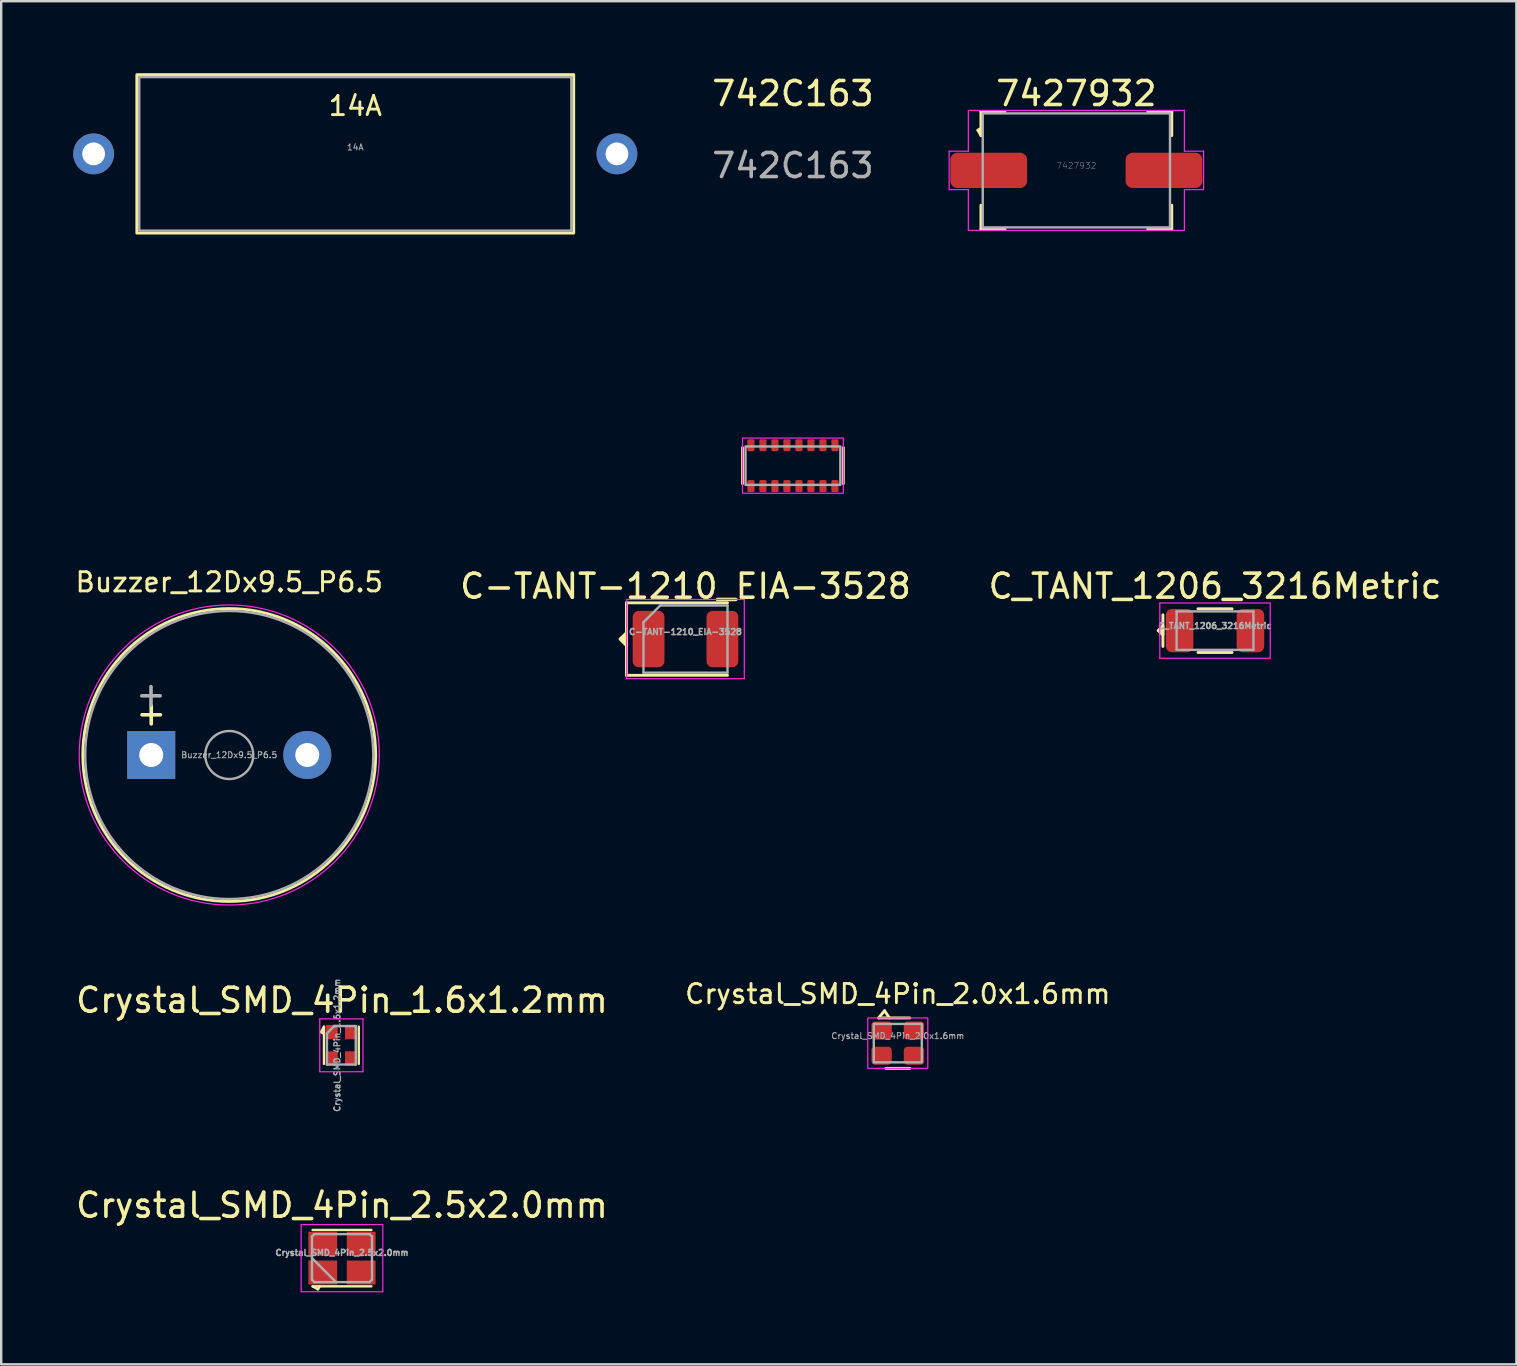
<source format=kicad_pcb>
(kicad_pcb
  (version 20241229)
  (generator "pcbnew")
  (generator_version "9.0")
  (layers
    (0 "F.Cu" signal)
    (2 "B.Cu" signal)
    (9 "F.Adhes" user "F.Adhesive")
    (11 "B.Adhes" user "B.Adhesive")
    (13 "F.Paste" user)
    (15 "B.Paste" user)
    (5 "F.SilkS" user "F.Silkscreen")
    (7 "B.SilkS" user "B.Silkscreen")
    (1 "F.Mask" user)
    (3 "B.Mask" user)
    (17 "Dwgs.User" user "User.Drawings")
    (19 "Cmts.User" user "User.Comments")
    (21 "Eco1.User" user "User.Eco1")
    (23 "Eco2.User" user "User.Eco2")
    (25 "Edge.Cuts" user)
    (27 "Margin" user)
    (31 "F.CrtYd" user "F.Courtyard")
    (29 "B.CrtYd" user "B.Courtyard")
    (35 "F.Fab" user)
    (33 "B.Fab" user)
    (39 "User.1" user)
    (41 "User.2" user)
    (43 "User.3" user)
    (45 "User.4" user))
  (footprint "Crystal_SMD_4Pin_2.5x2.0mm"
    (layer "F.Cu")
    (at 11.196 49.361)
    (property "Reference" "Crystal_SMD_4Pin_2.5x2.0mm" (at 0 -2.2 0) (layer "F.SilkS") (effects (font (size 1 1) (thickness 0.15))))
    (attr smd)
    (fp_line (start -1.225 -1.175) (end 1.225 -1.175) (stroke (width 0.1) (type solid)) (layer "F.SilkS"))
    (fp_line (start -1.225 1.175) (end -1 1.3) (stroke (width 0.1) (type solid)) (layer "F.SilkS"))
    (fp_line (start -1.225 1.175) (end 1.225 1.175) (stroke (width 0.1) (type solid)) (layer "F.SilkS"))
    (fp_line (start -1 1.3) (end -0.925 1.175) (stroke (width 0.1) (type solid)) (layer "F.SilkS"))
    (fp_line (start -1.7 -1.4) (end -1.7 1.4) (stroke (width 0.05) (type solid)) (layer "F.CrtYd"))
    (fp_line (start -1.7 1.4) (end 1.7 1.4) (stroke (width 0.05) (type solid)) (layer "F.CrtYd"))
    (fp_line (start 1.7 -1.4) (end -1.7 -1.4) (stroke (width 0.05) (type solid)) (layer "F.CrtYd"))
    (fp_line (start 1.7 1.4) (end 1.7 -1.4) (stroke (width 0.05) (type solid)) (layer "F.CrtYd"))
    (fp_line (start -1.25 -0.9) (end -1.15 -1) (stroke (width 0.1) (type solid)) (layer "F.Fab"))
    (fp_line (start -1.25 0) (end -0.25 1) (stroke (width 0.1) (type solid)) (layer "F.Fab"))
    (fp_line (start -1.25 0.9) (end -1.25 -0.9) (stroke (width 0.1) (type solid)) (layer "F.Fab"))
    (fp_line (start -1.15 -1) (end 1.15 -1) (stroke (width 0.1) (type solid)) (layer "F.Fab"))
    (fp_line (start -1.15 1) (end -1.25 0.9) (stroke (width 0.1) (type solid)) (layer "F.Fab"))
    (fp_line (start 1.15 -1) (end 1.25 -0.9) (stroke (width 0.1) (type solid)) (layer "F.Fab"))
    (fp_line (start 1.15 1) (end -1.15 1) (stroke (width 0.1) (type solid)) (layer "F.Fab"))
    (fp_line (start 1.25 -0.9) (end 1.25 0.9) (stroke (width 0.1) (type solid)) (layer "F.Fab"))
    (fp_line (start 1.25 0.9) (end 1.15 1) (stroke (width 0.1) (type solid)) (layer "F.Fab"))
    (fp_text user "${REFERENCE}" (at 0 -0.225 0) (layer "F.Fab") (effects (font (size 0.25 0.25) (thickness 0.062))))
    (pad "1" smd rect (at -0.8 0.6) (size 1.2 1) (layers "F.Cu" "F.Mask" "F.Paste"))
    (pad "2" smd rect (at 0.8 0.6) (size 1.2 1) (layers "F.Cu" "F.Mask" "F.Paste"))
    (pad "3" smd rect (at 0.8 -0.6) (size 1.2 1) (layers "F.Cu" "F.Mask" "F.Paste"))
    (pad "4" smd rect (at -0.8 -0.6) (size 1.2 1) (layers "F.Cu" "F.Mask" "F.Paste")))
  (footprint "C-TANT-1210_EIA-3528"
    (layer "F.Cu")
    (at 25.506 23.572)
    (property "Reference" "C-TANT-1210_EIA-3528" (at 0 -2.2 0) (layer "F.SilkS") (effects (font (size 1 1) (thickness 0.15))))
    (attr smd)
    (fp_line (start -2.46 -1.51) (end -2.46 1.51) (stroke (width 0.12) (type solid)) (layer "F.SilkS"))
    (fp_line (start -2.46 1.51) (end 1.75 1.51) (stroke (width 0.12) (type solid)) (layer "F.SilkS"))
    (fp_line (start 1.75 -1.51) (end -2.46 -1.51) (stroke (width 0.12) (type solid)) (layer "F.SilkS"))
    (fp_poly (pts (xy -2.46 0.27) (xy -2.73 0) (xy -2.46 -0.26)) (stroke (width 0.12) (type solid)) (fill yes) (layer "F.SilkS"))
    (fp_line (start -2.45 -1.65) (end 2.45 -1.65) (stroke (width 0.05) (type solid)) (layer "F.CrtYd"))
    (fp_line (start -2.45 1.65) (end -2.45 -1.65) (stroke (width 0.05) (type solid)) (layer "F.CrtYd"))
    (fp_line (start 2.45 -1.65) (end 2.45 1.65) (stroke (width 0.05) (type solid)) (layer "F.CrtYd"))
    (fp_line (start 2.45 1.65) (end -2.45 1.65) (stroke (width 0.05) (type solid)) (layer "F.CrtYd"))
    (fp_line (start -1.75 -0.7) (end -1.75 1.4) (stroke (width 0.1) (type solid)) (layer "F.Fab"))
    (fp_line (start -1.75 1.4) (end 1.75 1.4) (stroke (width 0.1) (type solid)) (layer "F.Fab"))
    (fp_line (start -1.05 -1.4) (end -1.75 -0.7) (stroke (width 0.1) (type solid)) (layer "F.Fab"))
    (fp_line (start 1.75 -1.4) (end -1.05 -1.4) (stroke (width 0.1) (type solid)) (layer "F.Fab"))
    (fp_line (start 1.75 1.4) (end 1.75 -1.4) (stroke (width 0.1) (type solid)) (layer "F.Fab"))
    (fp_text user "${REFERENCE}" (at 0 -0.3 0) (layer "F.Fab") (effects (font (size 0.25 0.25) (thickness 0.062))))
    (pad "1" smd roundrect (at -1.538 0) (size 1.325 2.35) (layers "F.Cu" "F.Mask" "F.Paste") (roundrect_rratio 0.189))
    (pad "2" smd roundrect (at 1.538 0) (size 1.325 2.35) (layers "F.Cu" "F.Mask" "F.Paste") (roundrect_rratio 0.189)))
  (footprint "742C163"
    (layer "F.Cu")
    (at 29.982 16.348)
    (property "Reference" "742C163" (at 0 -15.5 0) (unlocked yes) (layer "F.SilkS") (effects (font (size 1 1) (thickness 0.15))))
    (attr smd)
    (fp_line (start -2.1 -0.75) (end -2.1 0.75) (stroke (width 0.12) (type default)) (layer "F.SilkS"))
    (fp_line (start 2.1 -0.75) (end 2.1 0.75) (stroke (width 0.12) (type default)) (layer "F.SilkS"))
    (fp_rect (start -2.1 -1.15) (end 2.1 1.15) (stroke (width 0.05) (type default)) (fill no) (layer "F.CrtYd"))
    (fp_rect (start -1.975 -0.8) (end 1.975 0.8) (stroke (width 0.1) (type default)) (fill no) (layer "F.Fab"))
    (fp_text user "${REFERENCE}" (at 0 -12.5 0) (unlocked yes) (layer "F.Fab") (effects (font (size 1 1) (thickness 0.15))))
    (pad "1" smd roundrect (at -1.75 0.85) (size 0.3 0.5) (layers "F.Cu" "F.Mask" "F.Paste") (roundrect_rratio 0.2))
    (pad "2" smd roundrect (at -1.25 0.85) (size 0.3 0.5) (layers "F.Cu" "F.Mask" "F.Paste") (roundrect_rratio 0.2))
    (pad "3" smd roundrect (at -0.75 0.85) (size 0.3 0.5) (layers "F.Cu" "F.Mask" "F.Paste") (roundrect_rratio 0.2))
    (pad "4" smd roundrect (at -0.25 0.85) (size 0.3 0.5) (layers "F.Cu" "F.Mask" "F.Paste") (roundrect_rratio 0.2))
    (pad "5" smd roundrect (at 0.25 0.85) (size 0.3 0.5) (layers "F.Cu" "F.Mask" "F.Paste") (roundrect_rratio 0.2))
    (pad "6" smd roundrect (at 0.75 0.85) (size 0.3 0.5) (layers "F.Cu" "F.Mask" "F.Paste") (roundrect_rratio 0.2))
    (pad "7" smd roundrect (at 1.25 0.85) (size 0.3 0.5) (layers "F.Cu" "F.Mask" "F.Paste") (roundrect_rratio 0.2))
    (pad "8" smd roundrect (at 1.75 0.85) (size 0.3 0.5) (layers "F.Cu" "F.Mask" "F.Paste") (roundrect_rratio 0.2))
    (pad "9" smd roundrect (at 1.75 -0.85) (size 0.3 0.5) (layers "F.Cu" "F.Mask" "F.Paste") (roundrect_rratio 0.2))
    (pad "10" smd roundrect (at 1.25 -0.85) (size 0.3 0.5) (layers "F.Cu" "F.Mask" "F.Paste") (roundrect_rratio 0.2))
    (pad "11" smd roundrect (at 0.75 -0.85) (size 0.3 0.5) (layers "F.Cu" "F.Mask" "F.Paste") (roundrect_rratio 0.2))
    (pad "12" smd roundrect (at 0.25 -0.85) (size 0.3 0.5) (layers "F.Cu" "F.Mask" "F.Paste") (roundrect_rratio 0.2))
    (pad "13" smd roundrect (at -0.25 -0.85) (size 0.3 0.5) (layers "F.Cu" "F.Mask" "F.Paste") (roundrect_rratio 0.2))
    (pad "14" smd roundrect (at -0.75 -0.85) (size 0.3 0.5) (layers "F.Cu" "F.Mask" "F.Paste") (roundrect_rratio 0.2))
    (pad "15" smd roundrect (at -1.25 -0.85) (size 0.3 0.5) (layers "F.Cu" "F.Mask" "F.Paste") (roundrect_rratio 0.2))
    (pad "16" smd roundrect (at -1.75 -0.85) (size 0.3 0.5) (layers "F.Cu" "F.Mask" "F.Paste") (roundrect_rratio 0.2)))
  (footprint "7427932"
    (layer "F.Cu")
    (at 41.789 4.048)
    (property "Reference" "7427932" (at 0 -3.2 0) (unlocked yes) (layer "F.SilkS") (effects (font (size 1 1) (thickness 0.15))))
    (attr smd)
    (fp_line (start -4.1 -1.675) (end -3.975 -1.75) (stroke (width 0.12) (type solid)) (layer "F.SilkS"))
    (fp_line (start -3.975 -2.45) (end -2.975 -2.45) (stroke (width 0.12) (type solid)) (layer "F.SilkS"))
    (fp_line (start -3.975 -1.45) (end -4.1 -1.675) (stroke (width 0.12) (type solid)) (layer "F.SilkS"))
    (fp_line (start -3.975 -1.45) (end -3.975 -2.45) (stroke (width 0.12) (type solid)) (layer "F.SilkS"))
    (fp_line (start -3.975 2.45) (end -3.975 1.45) (stroke (width 0.12) (type solid)) (layer "F.SilkS"))
    (fp_line (start -2.975 2.45) (end -3.975 2.45) (stroke (width 0.12) (type solid)) (layer "F.SilkS"))
    (fp_line (start 2.975 -2.45) (end 3.975 -2.45) (stroke (width 0.12) (type solid)) (layer "F.SilkS"))
    (fp_line (start 3.975 -2.45) (end 3.975 -1.45) (stroke (width 0.12) (type solid)) (layer "F.SilkS"))
    (fp_line (start 3.975 1.45) (end 3.975 2.45) (stroke (width 0.12) (type solid)) (layer "F.SilkS"))
    (fp_line (start 3.975 2.45) (end 2.975 2.45) (stroke (width 0.12) (type solid)) (layer "F.SilkS"))
    (fp_line (start -5.3 -0.8) (end -4.5 -0.8) (stroke (width 0.05) (type solid)) (layer "F.CrtYd"))
    (fp_line (start -5.3 0.8) (end -5.3 -0.8) (stroke (width 0.05) (type solid)) (layer "F.CrtYd"))
    (fp_line (start -4.5 -2.5) (end 4.5 -2.5) (stroke (width 0.05) (type solid)) (layer "F.CrtYd"))
    (fp_line (start -4.5 -0.8) (end -4.5 -2.5) (stroke (width 0.05) (type solid)) (layer "F.CrtYd"))
    (fp_line (start -4.5 0.8) (end -5.3 0.8) (stroke (width 0.05) (type solid)) (layer "F.CrtYd"))
    (fp_line (start -4.5 2.5) (end -4.5 0.8) (stroke (width 0.05) (type solid)) (layer "F.CrtYd"))
    (fp_line (start 4.5 -2.5) (end 4.5 -0.8) (stroke (width 0.05) (type solid)) (layer "F.CrtYd"))
    (fp_line (start 4.5 -0.8) (end 5.3 -0.8) (stroke (width 0.05) (type solid)) (layer "F.CrtYd"))
    (fp_line (start 4.5 0.8) (end 4.5 2.5) (stroke (width 0.05) (type solid)) (layer "F.CrtYd"))
    (fp_line (start 4.5 2.5) (end -4.5 2.5) (stroke (width 0.05) (type solid)) (layer "F.CrtYd"))
    (fp_line (start 5.3 -0.8) (end 5.3 0.8) (stroke (width 0.05) (type solid)) (layer "F.CrtYd"))
    (fp_line (start 5.3 0.8) (end 4.5 0.8) (stroke (width 0.05) (type solid)) (layer "F.CrtYd"))
    (fp_rect (start -3.9 -2.375) (end 3.9 2.375) (stroke (width 0.1) (type solid)) (fill no) (layer "F.Fab"))
    (fp_text user "${REFERENCE}" (at 0 -0.2 0) (unlocked yes) (layer "F.Fab") (effects (font (size 0.25 0.25) (thickness 0.015))))
    (pad "1" smd roundrect (at -3.65 0) (size 3.2 1.47) (layers "F.Cu" "F.Mask" "F.Paste") (roundrect_rratio 0.2))
    (pad "2" smd roundrect (at 3.65 0) (size 3.2 1.47) (layers "F.Cu" "F.Mask" "F.Paste") (roundrect_rratio 0.2)))
  (footprint "14A"
    (layer "F.Cu")
    (at 11.75 3.36)
    (property "Reference" "14A" (at 0 -2 0) (unlocked yes) (layer "F.SilkS") (effects (font (size 0.8 0.8) (thickness 0.12))))
    (attr through_hole)
    (fp_rect (start -9.1 -3.3) (end 9.1 3.3) (stroke (width 0.12) (type default)) (fill no) (layer "F.SilkS"))
    (fp_rect (start -9 -3.2) (end 9 3.2) (stroke (width 0.1) (type default)) (fill no) (layer "F.Fab"))
    (fp_text user "${REFERENCE}" (at 0 -0.275 0) (unlocked yes) (layer "F.Fab") (effects (font (size 0.25 0.25) (thickness 0.04))))
    (pad "1" thru_hole circle (at -10.9 0) (size 1.7 1.7) (drill 0.95) (layers "*.Cu" "*.Mask"))
    (pad "2" thru_hole circle (at 10.9 0) (size 1.7 1.7) (drill 0.95) (layers "*.Cu" "*.Mask")))
  (footprint "C_TANT_1206_3216Metric"
    (layer "F.Cu")
    (at 47.565 23.221)
    (property "Reference" "C_TANT_1206_3216Metric" (at 0 -1.85 0) (layer "F.SilkS") (effects (font (size 1 1) (thickness 0.15))))
    (attr smd)
    (fp_line (start -2.17 0.66) (end -2.17 -0.66) (stroke (width 0.12) (type solid)) (layer "F.SilkS"))
    (fp_line (start -0.711 -0.91) (end 0.711 -0.91) (stroke (width 0.12) (type solid)) (layer "F.SilkS"))
    (fp_line (start -0.711 0.91) (end 0.711 0.91) (stroke (width 0.12) (type solid)) (layer "F.SilkS"))
    (fp_poly (pts (xy -2.17 0.175) (xy -2.37 0) (xy -2.17 -0.2)) (stroke (width 0.12) (type solid)) (fill yes) (layer "F.SilkS"))
    (fp_line (start -2.3 -1.15) (end 2.3 -1.15) (stroke (width 0.05) (type solid)) (layer "F.CrtYd"))
    (fp_line (start -2.3 1.15) (end -2.3 -1.15) (stroke (width 0.05) (type solid)) (layer "F.CrtYd"))
    (fp_line (start 2.3 -1.15) (end 2.3 1.15) (stroke (width 0.05) (type solid)) (layer "F.CrtYd"))
    (fp_line (start 2.3 1.15) (end -2.3 1.15) (stroke (width 0.05) (type solid)) (layer "F.CrtYd"))
    (fp_line (start -1.6 -0.8) (end 1.6 -0.8) (stroke (width 0.1) (type solid)) (layer "F.Fab"))
    (fp_line (start -1.6 0.8) (end -1.6 -0.8) (stroke (width 0.1) (type solid)) (layer "F.Fab"))
    (fp_line (start 1.6 -0.8) (end 1.6 0.8) (stroke (width 0.1) (type solid)) (layer "F.Fab"))
    (fp_line (start 1.6 0.8) (end -1.6 0.8) (stroke (width 0.1) (type solid)) (layer "F.Fab"))
    (fp_text user "${REFERENCE}" (at 0 -0.2 0) (layer "F.Fab") (effects (font (size 0.25 0.25) (thickness 0.062))))
    (pad "1" smd roundrect (at -1.475 0) (size 1.15 1.8) (layers "F.Cu" "F.Mask" "F.Paste") (roundrect_rratio 0.217))
    (pad "2" smd roundrect (at 1.475 0) (size 1.15 1.8) (layers "F.Cu" "F.Mask" "F.Paste") (roundrect_rratio 0.217)))
  (footprint "Crystal_SMD_4Pin_1.6x1.2mm"
    (layer "F.Cu")
    (at 11.171 40.495)
    (property "Reference" "Crystal_SMD_4Pin_1.6x1.2mm" (at 0.025 -1.875 0) (layer "F.SilkS") (effects (font (size 1 1) (thickness 0.15))))
    (attr smd)
    (fp_line (start -0.85 -0.55) (end -0.725 -0.475) (stroke (width 0.1) (type solid)) (layer "F.SilkS"))
    (fp_line (start -0.725 -0.775) (end -0.85 -0.55) (stroke (width 0.1) (type solid)) (layer "F.SilkS"))
    (fp_line (start -0.725 -0.775) (end -0.725 0.775) (stroke (width 0.1) (type solid)) (layer "F.SilkS"))
    (fp_line (start 0.725 -0.775) (end 0.725 0.775) (stroke (width 0.1) (type solid)) (layer "F.SilkS"))
    (fp_line (start -0.9 -1.1) (end -0.9 1.1) (stroke (width 0.05) (type solid)) (layer "F.CrtYd"))
    (fp_line (start -0.9 1.1) (end 0.9 1.1) (stroke (width 0.05) (type solid)) (layer "F.CrtYd"))
    (fp_line (start 0.9 -1.1) (end -0.9 -1.1) (stroke (width 0.05) (type solid)) (layer "F.CrtYd"))
    (fp_line (start 0.9 1.1) (end 0.9 -1.1) (stroke (width 0.05) (type solid)) (layer "F.CrtYd"))
    (fp_line (start -0.6 0.8) (end -0.6 -0.5) (stroke (width 0.1) (type solid)) (layer "F.Fab"))
    (fp_line (start -0.3 -0.8) (end -0.6 -0.5) (stroke (width 0.1) (type solid)) (layer "F.Fab"))
    (fp_line (start -0.3 -0.8) (end 0.6 -0.8) (stroke (width 0.1) (type solid)) (layer "F.Fab"))
    (fp_line (start 0.6 -0.8) (end 0.6 0.8) (stroke (width 0.1) (type solid)) (layer "F.Fab"))
    (fp_line (start 0.6 0.8) (end -0.6 0.8) (stroke (width 0.1) (type solid)) (layer "F.Fab"))
    (fp_text user "${REFERENCE}" (at -0.175 0 270) (layer "F.Fab") (effects (font (size 0.25 0.25) (thickness 0.05))))
    (pad "1" smd rect (at -0.4 -0.55) (size 0.5 0.6) (layers "F.Cu" "F.Mask" "F.Paste"))
    (pad "2" smd rect (at -0.4 0.55) (size 0.5 0.6) (layers "F.Cu" "F.Mask" "F.Paste"))
    (pad "3" smd rect (at 0.4 0.55) (size 0.5 0.6) (layers "F.Cu" "F.Mask" "F.Paste"))
    (pad "4" smd rect (at 0.4 -0.55) (size 0.5 0.6) (layers "F.Cu" "F.Mask" "F.Paste")))
  (footprint "Crystal_SMD_4Pin_2.0x1.6mm"
    (layer "F.Cu")
    (at 34.35 40.405)
    (property "Reference" "Crystal_SMD_4Pin_2.0x1.6mm" (at 0 -2.05 0) (unlocked yes) (layer "F.SilkS") (effects (font (size 0.8 0.8) (thickness 0.12))))
    (attr smd)
    (fp_line (start -0.8 -1.05) (end -0.55 -1.35) (stroke (width 0.12) (type default)) (layer "F.SilkS"))
    (fp_line (start -0.8 -1.05) (end 0.5 -1.05) (stroke (width 0.12) (type default)) (layer "F.SilkS"))
    (fp_line (start -0.55 -1.35) (end -0.35 -1.05) (stroke (width 0.12) (type default)) (layer "F.SilkS"))
    (fp_line (start -0.5 1.05) (end 0.5 1.05) (stroke (width 0.12) (type default)) (layer "F.SilkS"))
    (fp_rect (start -1.25 -1.05) (end 1.25 1.05) (stroke (width 0.05) (type default)) (fill no) (layer "F.CrtYd"))
    (fp_rect (start -1 -0.8) (end 1 0.8) (stroke (width 0.1) (type default)) (fill no) (layer "F.Fab"))
    (fp_text user "${REFERENCE}" (at 0 -0.3 0) (unlocked yes) (layer "F.Fab") (effects (font (size 0.25 0.25) (thickness 0.04))))
    (pad "1" smd roundrect (at -0.675 0.525) (size 0.85 0.75) (layers "F.Cu" "F.Mask" "F.Paste") (roundrect_rratio 0.2))
    (pad "2" smd roundrect (at 0.675 0.525) (size 0.85 0.75) (layers "F.Cu" "F.Mask" "F.Paste") (roundrect_rratio 0.2))
    (pad "3" smd roundrect (at 0.675 -0.525) (size 0.85 0.75) (layers "F.Cu" "F.Mask" "F.Paste") (roundrect_rratio 0.2))
    (pad "4" smd roundrect (at -0.675 -0.525) (size 0.85 0.75) (layers "F.Cu" "F.Mask" "F.Paste") (roundrect_rratio 0.2)))
  (footprint "Buzzer_12Dx9.5_P6.5"
    (layer "F.Cu")
    (at 3.25 28.402)
    (property "Reference" "Buzzer_12Dx9.5_P6.5" (at 3.25 -7.2 0) (layer "F.SilkS") (effects (font (size 0.8 0.8) (thickness 0.12))))
    (attr through_hole)
    (fp_circle (center 3.25 0) (end 9.35 0) (stroke (width 0.12) (type solid)) (fill no) (layer "F.SilkS"))
    (fp_circle (center 3.25 0) (end 9.5 0) (stroke (width 0.05) (type solid)) (fill no) (layer "F.CrtYd"))
    (fp_circle (center 3.25 0) (end 4.25 0) (stroke (width 0.1) (type solid)) (fill no) (layer "F.Fab"))
    (fp_circle (center 3.25 0) (end 9.25 0) (stroke (width 0.1) (type solid)) (fill no) (layer "F.Fab"))
    (fp_text user "+" (at 0 -1.75 0) (layer "F.SilkS") (effects (font (size 1 1) (thickness 0.15))))
    (fp_text user "+" (at -0.01 -2.54 0) (layer "F.Fab") (effects (font (size 1 1) (thickness 0.15))))
    (fp_text user "${REFERENCE}" (at 3.25 0 0) (layer "F.Fab") (effects (font (size 0.25 0.25) (thickness 0.04))))
    (pad "1" thru_hole rect (at 0 0) (size 2 2) (drill 1) (layers "*.Cu" "*.Mask"))
    (pad "2" thru_hole circle (at 6.5 0) (size 2 2) (drill 1) (layers "*.Cu" "*.Mask")))
  (gr_rect
    (start -3 -3)
    (end 60.119 53.786)
    (stroke (width 0.1) (type default))
    (fill no)
    (layer "Edge.Cuts")))
</source>
